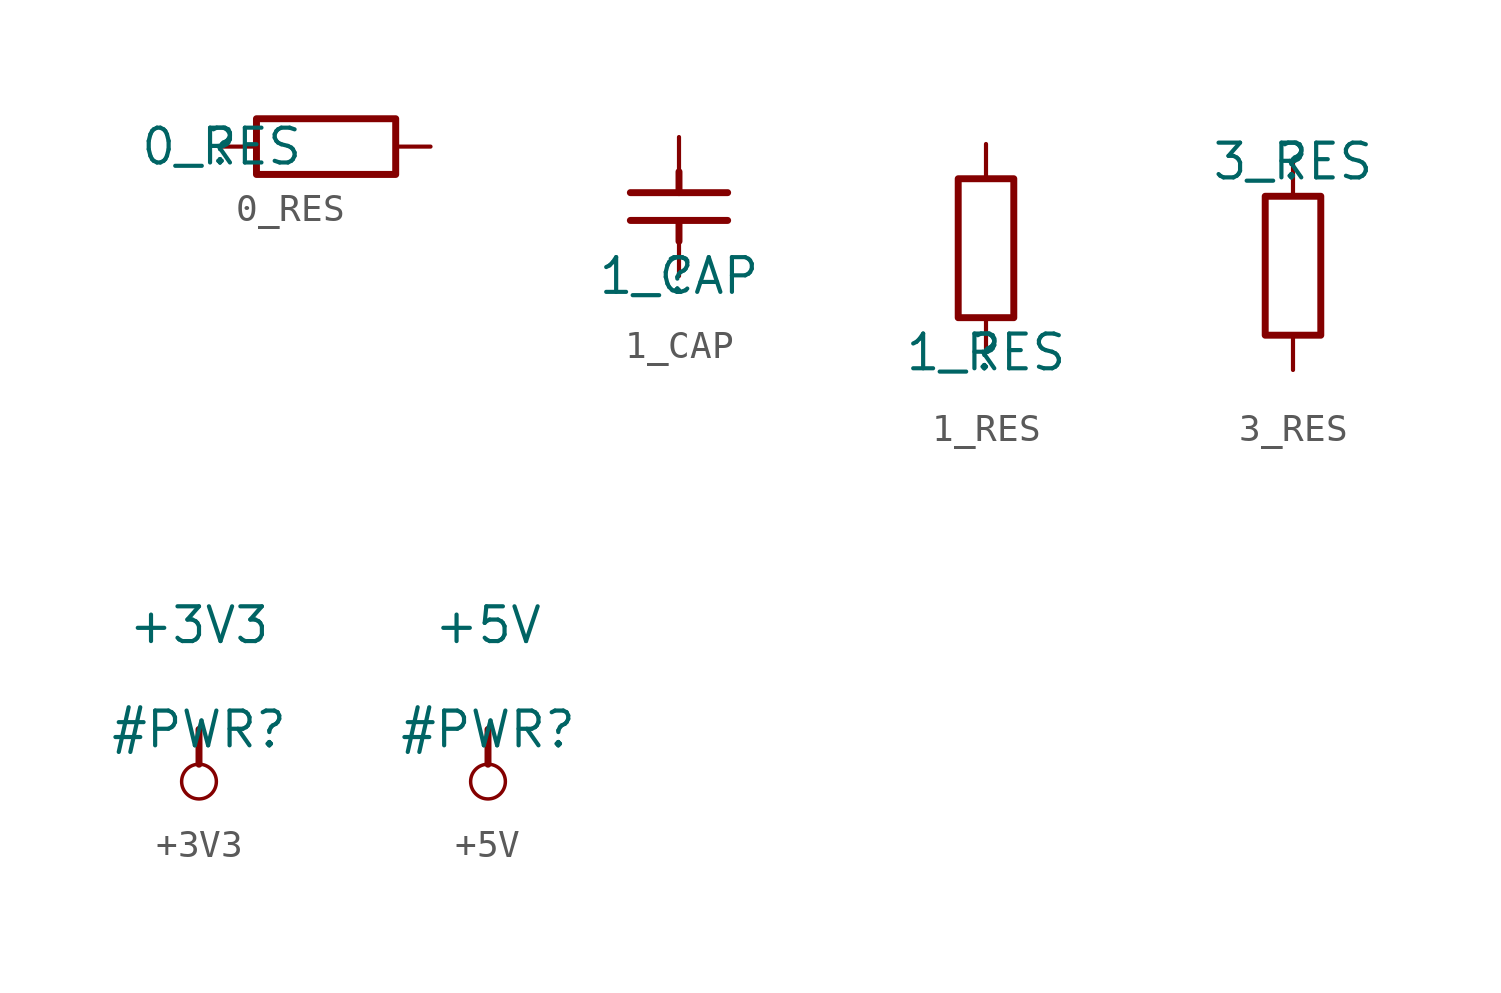
<source format=kicad_sym>
(kicad_symbol_lib
  (version 20211014)
  (generator kicad_symbol_editor)
  (symbol "0_RES"
    (property "Reference" ""
      (at 0 0 0)
      (effects (font (size 1.27 1.27))))
    (property "Value" "0_RES"
      (at 0 0 0)
      (effects (font (size 1.27 1.27))))
    (symbol "0_RES_1_0"
      (rectangle (start 6.35 1.016) (end 1.27 -1.016) (stroke (width 0.254) (type default) (color 0 0 0 0)) (fill (type none)))
      (pin passive line (at 0 0 0) (length 1.27) (name "1" (effects (font (size 0 0)))) (number "1" (effects (font (size 0 0)))))
      (pin passive line (at 7.62 0 180) (length 1.27) (name "2" (effects (font (size 0 0)))) (number "2" (effects (font (size 0 0)))))))
  (symbol "1_CAP"
    (property "Reference" ""
      (at 0 0 0)
      (effects (font (size 1.27 1.27))))
    (property "Value" "1_CAP"
      (at 0 0 0)
      (effects (font (size 1.27 1.27))))
    (symbol "1_CAP_1_0"
      (polyline (pts (xy 0 1.27) (xy 0 2.032)) (stroke (width 0.254) (type default) (color 0 0 0 0)) (fill (type none)))
      (polyline (pts (xy 0 3.048) (xy 0 3.81)) (stroke (width 0.254) (type default) (color 0 0 0 0)) (fill (type none)))
      (polyline (pts (xy 1.778 2.032) (xy -1.778 2.032)) (stroke (width 0.254) (type default) (color 0 0 0 0)) (fill (type none)))
      (polyline (pts (xy 1.778 3.048) (xy -1.778 3.048)) (stroke (width 0.254) (type default) (color 0 0 0 0)) (fill (type none)))
      (pin passive line (at 0 0 90) (length 1.27) (name "" (effects (font (size 0 0)))) (number "1" (effects (font (size 0 0)))))
      (pin passive line (at 0 5.08 270) (length 1.27) (name "" (effects (font (size 0 0)))) (number "2" (effects (font (size 0 0)))))))
  (symbol "1_RES"
    (property "Reference" ""
      (at 0 0 0)
      (effects (font (size 1.27 1.27))))
    (property "Value" "1_RES"
      (at 0 0 0)
      (effects (font (size 1.27 1.27))))
    (symbol "1_RES_1_0"
      (rectangle (start 1.016 6.35) (end -1.016 1.27) (stroke (width 0.254) (type default) (color 0 0 0 0)) (fill (type none)))
      (pin passive line (at 0 0 90) (length 1.27) (name "1" (effects (font (size 0 0)))) (number "1" (effects (font (size 0 0)))))
      (pin passive line (at 0 7.62 270) (length 1.27) (name "2" (effects (font (size 0 0)))) (number "2" (effects (font (size 0 0)))))))
  (symbol "3_RES"
    (property "Reference" ""
      (at 0 0 0)
      (effects (font (size 1.27 1.27))))
    (property "Value" "3_RES"
      (at 0 0 0)
      (effects (font (size 1.27 1.27))))
    (symbol "3_RES_1_0"
      (rectangle (start 1.016 -1.27) (end -1.016 -6.35) (stroke (width 0.254) (type default) (color 0 0 0 0)) (fill (type none)))
      (pin passive line (at 0 0 270) (length 1.27) (name "1" (effects (font (size 0 0)))) (number "1" (effects (font (size 0 0)))))
      (pin passive line (at 0 -7.62 90) (length 1.27) (name "2" (effects (font (size 0 0)))) (number "2" (effects (font (size 0 0)))))))
  (symbol "+3V3"
    (power)
    (property "Reference" "#PWR"
      (at 0 0 0)
      (effects (font (size 1.27 1.27))))
    (property "Value" "+3V3"
      (at 0 3.81 0)
      (effects (font (size 1.27 1.27))))
    (symbol "+3V3_0_0"
      (circle (center 0 -1.905) (radius 0.635) (stroke (width 0.127) (type default) (color 0 0 0 0)) (fill (type none)))
      (polyline (pts (xy 0 0) (xy 0 -1.27)) (stroke (width 0.254) (type default) (color 0 0 0 0)) (fill (type none)))
      (pin power_in line (at 0 0 0) (length 0) hide (name "+3V3" (effects (font (size 1.27 1.27)))) (number "" (effects (font (size 1.27 1.27)))))))
  (symbol "+5V"
    (power)
    (property "Reference" "#PWR"
      (at 0 0 0)
      (effects (font (size 1.27 1.27))))
    (property "Value" "+5V"
      (at 0 3.81 0)
      (effects (font (size 1.27 1.27))))
    (symbol "+5V_0_0"
      (circle (center 0 -1.905) (radius 0.635) (stroke (width 0.127) (type default) (color 0 0 0 0)) (fill (type none)))
      (polyline (pts (xy 0 0) (xy 0 -1.27)) (stroke (width 0.254) (type default) (color 0 0 0 0)) (fill (type none)))
      (pin power_in line (at 0 0 0) (length 0) hide (name "+5V" (effects (font (size 1.27 1.27)))) (number "" (effects (font (size 1.27 1.27))))))))
</source>
